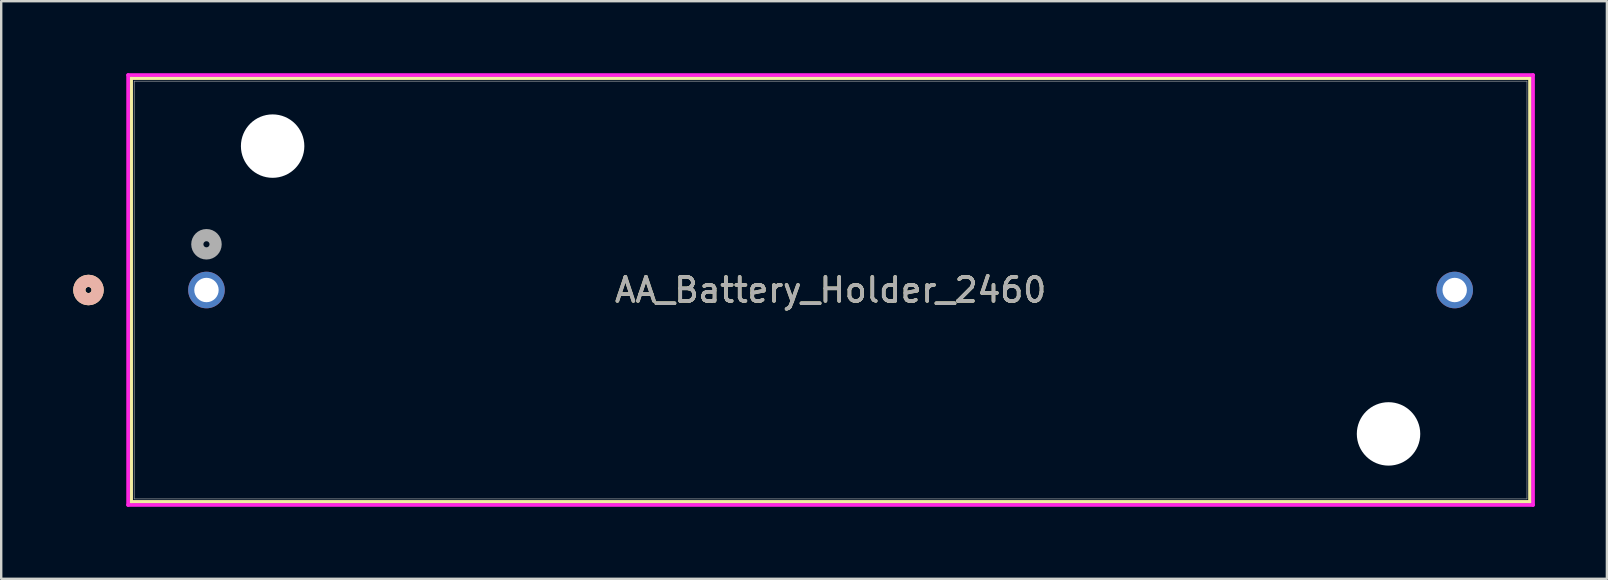
<source format=kicad_pcb>
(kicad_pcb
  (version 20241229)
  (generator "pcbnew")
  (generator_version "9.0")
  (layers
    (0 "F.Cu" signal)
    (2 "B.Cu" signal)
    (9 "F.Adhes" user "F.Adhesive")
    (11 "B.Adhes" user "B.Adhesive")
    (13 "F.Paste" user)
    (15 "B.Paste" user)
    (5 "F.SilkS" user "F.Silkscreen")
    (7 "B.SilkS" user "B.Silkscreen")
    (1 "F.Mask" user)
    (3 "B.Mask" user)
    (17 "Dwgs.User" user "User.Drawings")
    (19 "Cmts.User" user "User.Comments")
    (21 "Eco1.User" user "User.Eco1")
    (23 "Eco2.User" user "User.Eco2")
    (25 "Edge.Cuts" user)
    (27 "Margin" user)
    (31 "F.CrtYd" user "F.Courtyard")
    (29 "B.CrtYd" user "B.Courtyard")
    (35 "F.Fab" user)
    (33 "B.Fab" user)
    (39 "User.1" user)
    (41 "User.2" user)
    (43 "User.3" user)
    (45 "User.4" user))
  (footprint "AA_Battery_Holder_2460"
    (layer "F.Cu")
    (at 5.55 9.03)
    (property "Reference" "AA_Battery_Holder_2460" (at 25.997 0 0) (unlocked yes) (layer "F.SilkS") (effects (font (size 1 1) (thickness 0.15))))
    (attr through_hole)
    (fp_line (start -3.137 -8.826) (end -3.137 8.826) (stroke (width 0.152) (type solid)) (layer "F.SilkS"))
    (fp_line (start -3.137 8.826) (end 55.131 8.826) (stroke (width 0.152) (type solid)) (layer "F.SilkS"))
    (fp_line (start 55.131 -8.826) (end -3.137 -8.826) (stroke (width 0.152) (type solid)) (layer "F.SilkS"))
    (fp_line (start 55.131 8.826) (end 55.131 -8.826) (stroke (width 0.152) (type solid)) (layer "F.SilkS"))
    (fp_circle (center -4.915 0) (end -4.534 0) (stroke (width 0.508) (type solid)) (fill no) (layer "F.SilkS"))
    (fp_circle (center -4.915 0) (end -4.534 0) (stroke (width 0.508) (type solid)) (fill no) (layer "B.SilkS"))
    (fp_line (start -3.264 -8.954) (end -3.264 8.954) (stroke (width 0.152) (type solid)) (layer "F.CrtYd"))
    (fp_line (start -3.264 8.954) (end 55.258 8.954) (stroke (width 0.152) (type solid)) (layer "F.CrtYd"))
    (fp_line (start 55.258 -8.954) (end -3.264 -8.954) (stroke (width 0.152) (type solid)) (layer "F.CrtYd"))
    (fp_line (start 55.258 8.954) (end 55.258 -8.954) (stroke (width 0.152) (type solid)) (layer "F.CrtYd"))
    (fp_line (start -3.01 -8.7) (end -3.01 8.7) (stroke (width 0.025) (type solid)) (layer "F.Fab"))
    (fp_line (start -3.01 8.7) (end 55.004 8.7) (stroke (width 0.025) (type solid)) (layer "F.Fab"))
    (fp_line (start 55.004 -8.7) (end -3.01 -8.7) (stroke (width 0.025) (type solid)) (layer "F.Fab"))
    (fp_line (start 55.004 8.7) (end 55.004 -8.7) (stroke (width 0.025) (type solid)) (layer "F.Fab"))
    (fp_circle (center 0 -1.905) (end 0.381 -1.905) (stroke (width 0.508) (type solid)) (fill no) (layer "F.Fab"))
    (fp_text user "${REFERENCE}" (at 25.997 0 0) (unlocked yes) (layer "F.Fab") (effects (font (size 1 1) (thickness 0.15))))
    (pad "" np_thru_hole circle (at 2.756 -5.994 90) (size 2.642 2.642) (drill 2.642) (layers "*.Cu" "*.Mask"))
    (pad "" np_thru_hole circle (at 49.238 5.994 90) (size 2.642 2.642) (drill 2.642) (layers "*.Cu" "*.Mask"))
    (pad "1" thru_hole circle (at 0 0) (size 1.524 1.524) (drill 1.016) (layers "*.Cu" "*.Mask"))
    (pad "2" thru_hole circle (at 51.994 0) (size 1.524 1.524) (drill 1.016) (layers "*.Cu" "*.Mask")))
  (gr_rect
    (start -3 -3)
    (end 63.884 21.059)
    (stroke (width 0.1) (type default))
    (fill no)
    (layer "Edge.Cuts")))
</source>
